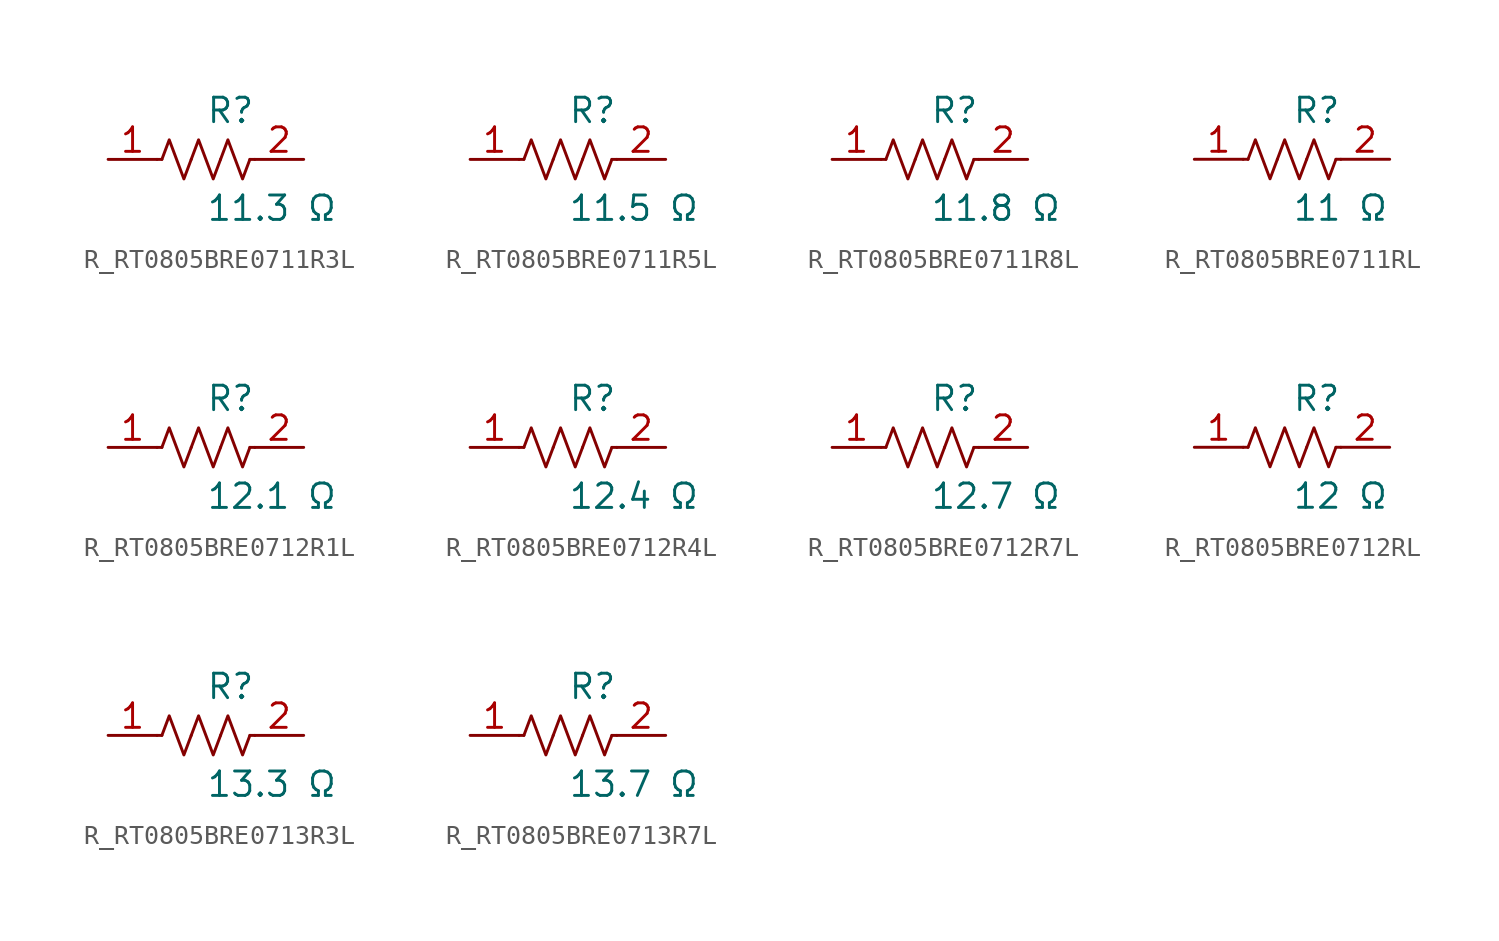
<source format=kicad_sym>
(kicad_symbol_lib
  (version 20231120)
  (generator kicad_symbol_editor)
  (generator_version 8.0)
  (symbol "R_RT0805BRE0711R3L"
    (pin_names
      (offset 0.254))
    (property "Reference" "R"
      (at 0.0 2.54 0)
      (effects (font (size 1.27 1.27)) (justify left)))
    (property "Value" "11.3 Ω"
      (at 0.0 -2.54 0)
      (effects (font (size 1.27 1.27)) (justify left)))
    (symbol "R_RT0805BRE0711R3L_0_1"
      (polyline (pts (xy 2.286 0) (xy 2.54 0)) (stroke (width 0) (type default)) (fill (type none)))
      (polyline (pts (xy -2.286 0) (xy -2.54 0)) (stroke (width 0) (type default)) (fill (type none)))
      (polyline (pts (xy 0.762 0) (xy 1.143 1.016) (xy 1.524 0) (xy 1.905 -1.016) (xy 2.286 0)) (stroke (width 0) (type default)) (fill (type none)))
      (polyline (pts (xy -0.762 0) (xy -0.381 1.016) (xy 0 0) (xy 0.381 -1.016) (xy 0.762 0)) (stroke (width 0) (type default)) (fill (type none)))
      (polyline (pts (xy -2.286 0) (xy -1.905 1.016) (xy -1.524 0) (xy -1.143 -1.016) (xy -0.762 0)) (stroke (width 0) (type default)) (fill (type none))))
    (pin unspecified line
      (at -5.08 0 0)
      (length 2.54)
      (name "" (effects (font (size 1.27 1.27))))
      (number "1" (effects (font (size 1.27 1.27)))))
    (pin unspecified line
      (at 5.08 0 180)
      (length 2.54)
      (name "" (effects (font (size 1.27 1.27))))
      (number "2" (effects (font (size 1.27 1.27))))))
  (symbol "R_RT0805BRE0711R5L"
    (pin_names
      (offset 0.254))
    (property "Reference" "R"
      (at 0.0 2.54 0)
      (effects (font (size 1.27 1.27)) (justify left)))
    (property "Value" "11.5 Ω"
      (at 0.0 -2.54 0)
      (effects (font (size 1.27 1.27)) (justify left)))
    (symbol "R_RT0805BRE0711R5L_0_1"
      (polyline (pts (xy 2.286 0) (xy 2.54 0)) (stroke (width 0) (type default)) (fill (type none)))
      (polyline (pts (xy -2.286 0) (xy -2.54 0)) (stroke (width 0) (type default)) (fill (type none)))
      (polyline (pts (xy 0.762 0) (xy 1.143 1.016) (xy 1.524 0) (xy 1.905 -1.016) (xy 2.286 0)) (stroke (width 0) (type default)) (fill (type none)))
      (polyline (pts (xy -0.762 0) (xy -0.381 1.016) (xy 0 0) (xy 0.381 -1.016) (xy 0.762 0)) (stroke (width 0) (type default)) (fill (type none)))
      (polyline (pts (xy -2.286 0) (xy -1.905 1.016) (xy -1.524 0) (xy -1.143 -1.016) (xy -0.762 0)) (stroke (width 0) (type default)) (fill (type none))))
    (pin unspecified line
      (at -5.08 0 0)
      (length 2.54)
      (name "" (effects (font (size 1.27 1.27))))
      (number "1" (effects (font (size 1.27 1.27)))))
    (pin unspecified line
      (at 5.08 0 180)
      (length 2.54)
      (name "" (effects (font (size 1.27 1.27))))
      (number "2" (effects (font (size 1.27 1.27))))))
  (symbol "R_RT0805BRE0711R8L"
    (pin_names
      (offset 0.254))
    (property "Reference" "R"
      (at 0.0 2.54 0)
      (effects (font (size 1.27 1.27)) (justify left)))
    (property "Value" "11.8 Ω"
      (at 0.0 -2.54 0)
      (effects (font (size 1.27 1.27)) (justify left)))
    (symbol "R_RT0805BRE0711R8L_0_1"
      (polyline (pts (xy 2.286 0) (xy 2.54 0)) (stroke (width 0) (type default)) (fill (type none)))
      (polyline (pts (xy -2.286 0) (xy -2.54 0)) (stroke (width 0) (type default)) (fill (type none)))
      (polyline (pts (xy 0.762 0) (xy 1.143 1.016) (xy 1.524 0) (xy 1.905 -1.016) (xy 2.286 0)) (stroke (width 0) (type default)) (fill (type none)))
      (polyline (pts (xy -0.762 0) (xy -0.381 1.016) (xy 0 0) (xy 0.381 -1.016) (xy 0.762 0)) (stroke (width 0) (type default)) (fill (type none)))
      (polyline (pts (xy -2.286 0) (xy -1.905 1.016) (xy -1.524 0) (xy -1.143 -1.016) (xy -0.762 0)) (stroke (width 0) (type default)) (fill (type none))))
    (pin unspecified line
      (at -5.08 0 0)
      (length 2.54)
      (name "" (effects (font (size 1.27 1.27))))
      (number "1" (effects (font (size 1.27 1.27)))))
    (pin unspecified line
      (at 5.08 0 180)
      (length 2.54)
      (name "" (effects (font (size 1.27 1.27))))
      (number "2" (effects (font (size 1.27 1.27))))))
  (symbol "R_RT0805BRE0711RL"
    (pin_names
      (offset 0.254))
    (property "Reference" "R"
      (at 0.0 2.54 0)
      (effects (font (size 1.27 1.27)) (justify left)))
    (property "Value" "11 Ω"
      (at 0.0 -2.54 0)
      (effects (font (size 1.27 1.27)) (justify left)))
    (symbol "R_RT0805BRE0711RL_0_1"
      (polyline (pts (xy 2.286 0) (xy 2.54 0)) (stroke (width 0) (type default)) (fill (type none)))
      (polyline (pts (xy -2.286 0) (xy -2.54 0)) (stroke (width 0) (type default)) (fill (type none)))
      (polyline (pts (xy 0.762 0) (xy 1.143 1.016) (xy 1.524 0) (xy 1.905 -1.016) (xy 2.286 0)) (stroke (width 0) (type default)) (fill (type none)))
      (polyline (pts (xy -0.762 0) (xy -0.381 1.016) (xy 0 0) (xy 0.381 -1.016) (xy 0.762 0)) (stroke (width 0) (type default)) (fill (type none)))
      (polyline (pts (xy -2.286 0) (xy -1.905 1.016) (xy -1.524 0) (xy -1.143 -1.016) (xy -0.762 0)) (stroke (width 0) (type default)) (fill (type none))))
    (pin unspecified line
      (at -5.08 0 0)
      (length 2.54)
      (name "" (effects (font (size 1.27 1.27))))
      (number "1" (effects (font (size 1.27 1.27)))))
    (pin unspecified line
      (at 5.08 0 180)
      (length 2.54)
      (name "" (effects (font (size 1.27 1.27))))
      (number "2" (effects (font (size 1.27 1.27))))))
  (symbol "R_RT0805BRE0712R1L"
    (pin_names
      (offset 0.254))
    (property "Reference" "R"
      (at 0.0 2.54 0)
      (effects (font (size 1.27 1.27)) (justify left)))
    (property "Value" "12.1 Ω"
      (at 0.0 -2.54 0)
      (effects (font (size 1.27 1.27)) (justify left)))
    (symbol "R_RT0805BRE0712R1L_0_1"
      (polyline (pts (xy 2.286 0) (xy 2.54 0)) (stroke (width 0) (type default)) (fill (type none)))
      (polyline (pts (xy -2.286 0) (xy -2.54 0)) (stroke (width 0) (type default)) (fill (type none)))
      (polyline (pts (xy 0.762 0) (xy 1.143 1.016) (xy 1.524 0) (xy 1.905 -1.016) (xy 2.286 0)) (stroke (width 0) (type default)) (fill (type none)))
      (polyline (pts (xy -0.762 0) (xy -0.381 1.016) (xy 0 0) (xy 0.381 -1.016) (xy 0.762 0)) (stroke (width 0) (type default)) (fill (type none)))
      (polyline (pts (xy -2.286 0) (xy -1.905 1.016) (xy -1.524 0) (xy -1.143 -1.016) (xy -0.762 0)) (stroke (width 0) (type default)) (fill (type none))))
    (pin unspecified line
      (at -5.08 0 0)
      (length 2.54)
      (name "" (effects (font (size 1.27 1.27))))
      (number "1" (effects (font (size 1.27 1.27)))))
    (pin unspecified line
      (at 5.08 0 180)
      (length 2.54)
      (name "" (effects (font (size 1.27 1.27))))
      (number "2" (effects (font (size 1.27 1.27))))))
  (symbol "R_RT0805BRE0712R4L"
    (pin_names
      (offset 0.254))
    (property "Reference" "R"
      (at 0.0 2.54 0)
      (effects (font (size 1.27 1.27)) (justify left)))
    (property "Value" "12.4 Ω"
      (at 0.0 -2.54 0)
      (effects (font (size 1.27 1.27)) (justify left)))
    (symbol "R_RT0805BRE0712R4L_0_1"
      (polyline (pts (xy 2.286 0) (xy 2.54 0)) (stroke (width 0) (type default)) (fill (type none)))
      (polyline (pts (xy -2.286 0) (xy -2.54 0)) (stroke (width 0) (type default)) (fill (type none)))
      (polyline (pts (xy 0.762 0) (xy 1.143 1.016) (xy 1.524 0) (xy 1.905 -1.016) (xy 2.286 0)) (stroke (width 0) (type default)) (fill (type none)))
      (polyline (pts (xy -0.762 0) (xy -0.381 1.016) (xy 0 0) (xy 0.381 -1.016) (xy 0.762 0)) (stroke (width 0) (type default)) (fill (type none)))
      (polyline (pts (xy -2.286 0) (xy -1.905 1.016) (xy -1.524 0) (xy -1.143 -1.016) (xy -0.762 0)) (stroke (width 0) (type default)) (fill (type none))))
    (pin unspecified line
      (at -5.08 0 0)
      (length 2.54)
      (name "" (effects (font (size 1.27 1.27))))
      (number "1" (effects (font (size 1.27 1.27)))))
    (pin unspecified line
      (at 5.08 0 180)
      (length 2.54)
      (name "" (effects (font (size 1.27 1.27))))
      (number "2" (effects (font (size 1.27 1.27))))))
  (symbol "R_RT0805BRE0712R7L"
    (pin_names
      (offset 0.254))
    (property "Reference" "R"
      (at 0.0 2.54 0)
      (effects (font (size 1.27 1.27)) (justify left)))
    (property "Value" "12.7 Ω"
      (at 0.0 -2.54 0)
      (effects (font (size 1.27 1.27)) (justify left)))
    (symbol "R_RT0805BRE0712R7L_0_1"
      (polyline (pts (xy 2.286 0) (xy 2.54 0)) (stroke (width 0) (type default)) (fill (type none)))
      (polyline (pts (xy -2.286 0) (xy -2.54 0)) (stroke (width 0) (type default)) (fill (type none)))
      (polyline (pts (xy 0.762 0) (xy 1.143 1.016) (xy 1.524 0) (xy 1.905 -1.016) (xy 2.286 0)) (stroke (width 0) (type default)) (fill (type none)))
      (polyline (pts (xy -0.762 0) (xy -0.381 1.016) (xy 0 0) (xy 0.381 -1.016) (xy 0.762 0)) (stroke (width 0) (type default)) (fill (type none)))
      (polyline (pts (xy -2.286 0) (xy -1.905 1.016) (xy -1.524 0) (xy -1.143 -1.016) (xy -0.762 0)) (stroke (width 0) (type default)) (fill (type none))))
    (pin unspecified line
      (at -5.08 0 0)
      (length 2.54)
      (name "" (effects (font (size 1.27 1.27))))
      (number "1" (effects (font (size 1.27 1.27)))))
    (pin unspecified line
      (at 5.08 0 180)
      (length 2.54)
      (name "" (effects (font (size 1.27 1.27))))
      (number "2" (effects (font (size 1.27 1.27))))))
  (symbol "R_RT0805BRE0712RL"
    (pin_names
      (offset 0.254))
    (property "Reference" "R"
      (at 0.0 2.54 0)
      (effects (font (size 1.27 1.27)) (justify left)))
    (property "Value" "12 Ω"
      (at 0.0 -2.54 0)
      (effects (font (size 1.27 1.27)) (justify left)))
    (symbol "R_RT0805BRE0712RL_0_1"
      (polyline (pts (xy 2.286 0) (xy 2.54 0)) (stroke (width 0) (type default)) (fill (type none)))
      (polyline (pts (xy -2.286 0) (xy -2.54 0)) (stroke (width 0) (type default)) (fill (type none)))
      (polyline (pts (xy 0.762 0) (xy 1.143 1.016) (xy 1.524 0) (xy 1.905 -1.016) (xy 2.286 0)) (stroke (width 0) (type default)) (fill (type none)))
      (polyline (pts (xy -0.762 0) (xy -0.381 1.016) (xy 0 0) (xy 0.381 -1.016) (xy 0.762 0)) (stroke (width 0) (type default)) (fill (type none)))
      (polyline (pts (xy -2.286 0) (xy -1.905 1.016) (xy -1.524 0) (xy -1.143 -1.016) (xy -0.762 0)) (stroke (width 0) (type default)) (fill (type none))))
    (pin unspecified line
      (at -5.08 0 0)
      (length 2.54)
      (name "" (effects (font (size 1.27 1.27))))
      (number "1" (effects (font (size 1.27 1.27)))))
    (pin unspecified line
      (at 5.08 0 180)
      (length 2.54)
      (name "" (effects (font (size 1.27 1.27))))
      (number "2" (effects (font (size 1.27 1.27))))))
  (symbol "R_RT0805BRE0713R3L"
    (pin_names
      (offset 0.254))
    (property "Reference" "R"
      (at 0.0 2.54 0)
      (effects (font (size 1.27 1.27)) (justify left)))
    (property "Value" "13.3 Ω"
      (at 0.0 -2.54 0)
      (effects (font (size 1.27 1.27)) (justify left)))
    (symbol "R_RT0805BRE0713R3L_0_1"
      (polyline (pts (xy 2.286 0) (xy 2.54 0)) (stroke (width 0) (type default)) (fill (type none)))
      (polyline (pts (xy -2.286 0) (xy -2.54 0)) (stroke (width 0) (type default)) (fill (type none)))
      (polyline (pts (xy 0.762 0) (xy 1.143 1.016) (xy 1.524 0) (xy 1.905 -1.016) (xy 2.286 0)) (stroke (width 0) (type default)) (fill (type none)))
      (polyline (pts (xy -0.762 0) (xy -0.381 1.016) (xy 0 0) (xy 0.381 -1.016) (xy 0.762 0)) (stroke (width 0) (type default)) (fill (type none)))
      (polyline (pts (xy -2.286 0) (xy -1.905 1.016) (xy -1.524 0) (xy -1.143 -1.016) (xy -0.762 0)) (stroke (width 0) (type default)) (fill (type none))))
    (pin unspecified line
      (at -5.08 0 0)
      (length 2.54)
      (name "" (effects (font (size 1.27 1.27))))
      (number "1" (effects (font (size 1.27 1.27)))))
    (pin unspecified line
      (at 5.08 0 180)
      (length 2.54)
      (name "" (effects (font (size 1.27 1.27))))
      (number "2" (effects (font (size 1.27 1.27))))))
  (symbol "R_RT0805BRE0713R7L"
    (pin_names
      (offset 0.254))
    (property "Reference" "R"
      (at 0.0 2.54 0)
      (effects (font (size 1.27 1.27)) (justify left)))
    (property "Value" "13.7 Ω"
      (at 0.0 -2.54 0)
      (effects (font (size 1.27 1.27)) (justify left)))
    (symbol "R_RT0805BRE0713R7L_0_1"
      (polyline (pts (xy 2.286 0) (xy 2.54 0)) (stroke (width 0) (type default)) (fill (type none)))
      (polyline (pts (xy -2.286 0) (xy -2.54 0)) (stroke (width 0) (type default)) (fill (type none)))
      (polyline (pts (xy 0.762 0) (xy 1.143 1.016) (xy 1.524 0) (xy 1.905 -1.016) (xy 2.286 0)) (stroke (width 0) (type default)) (fill (type none)))
      (polyline (pts (xy -0.762 0) (xy -0.381 1.016) (xy 0 0) (xy 0.381 -1.016) (xy 0.762 0)) (stroke (width 0) (type default)) (fill (type none)))
      (polyline (pts (xy -2.286 0) (xy -1.905 1.016) (xy -1.524 0) (xy -1.143 -1.016) (xy -0.762 0)) (stroke (width 0) (type default)) (fill (type none))))
    (pin unspecified line
      (at -5.08 0 0)
      (length 2.54)
      (name "" (effects (font (size 1.27 1.27))))
      (number "1" (effects (font (size 1.27 1.27)))))
    (pin unspecified line
      (at 5.08 0 180)
      (length 2.54)
      (name "" (effects (font (size 1.27 1.27))))
      (number "2" (effects (font (size 1.27 1.27)))))))
</source>
